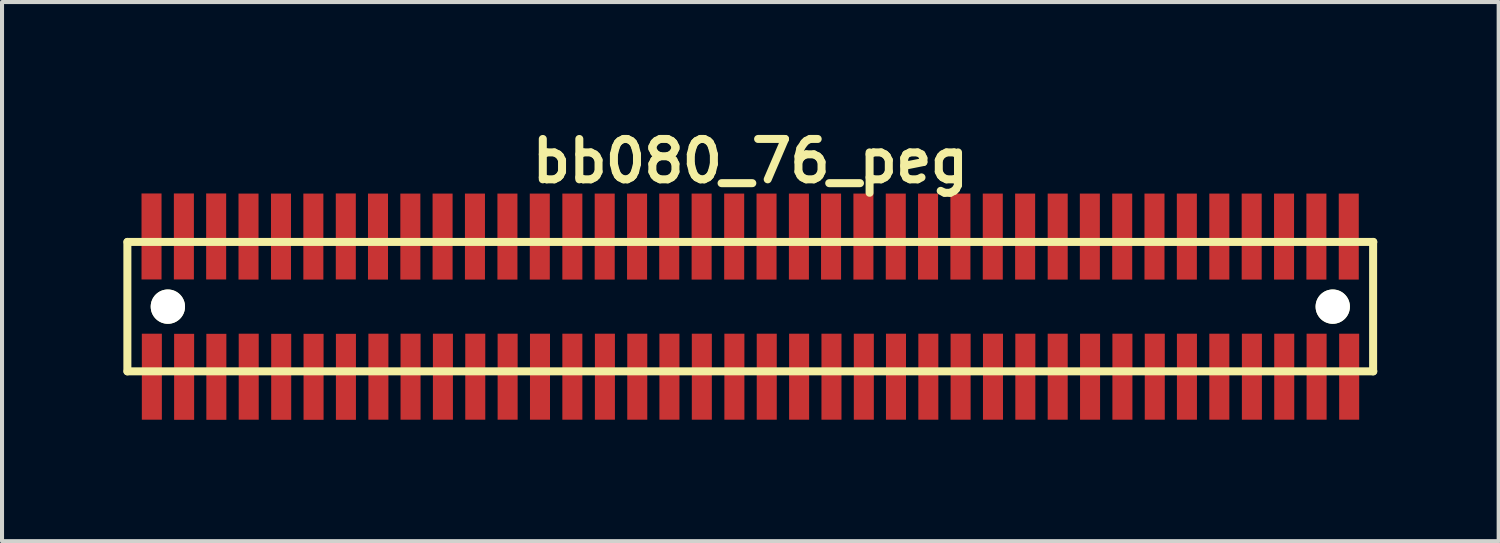
<source format=kicad_pcb>
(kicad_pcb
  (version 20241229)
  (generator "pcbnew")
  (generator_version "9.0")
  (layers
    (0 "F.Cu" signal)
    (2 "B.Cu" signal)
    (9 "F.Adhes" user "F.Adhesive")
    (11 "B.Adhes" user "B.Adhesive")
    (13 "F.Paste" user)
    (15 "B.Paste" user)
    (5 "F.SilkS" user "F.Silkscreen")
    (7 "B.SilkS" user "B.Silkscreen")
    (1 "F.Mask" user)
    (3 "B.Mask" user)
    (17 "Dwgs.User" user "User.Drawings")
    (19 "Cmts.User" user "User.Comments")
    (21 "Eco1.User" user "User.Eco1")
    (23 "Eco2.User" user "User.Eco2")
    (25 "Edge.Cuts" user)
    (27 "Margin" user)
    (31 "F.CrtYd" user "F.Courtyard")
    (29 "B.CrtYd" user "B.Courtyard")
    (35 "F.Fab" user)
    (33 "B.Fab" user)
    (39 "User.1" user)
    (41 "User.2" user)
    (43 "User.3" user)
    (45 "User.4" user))
  (footprint "bb080_76_peg"
    (layer "F.Cu")
    (at 15.502 4.531)
    (property "Reference" "bb080_76_peg" (at 0 -3.599 0) (layer "F.SilkS") (effects (font (size 0.998 0.998) (thickness 0.198))))
    (attr smd)
    (fp_line (start -15.403 -1.6) (end -15.403 1.6) (stroke (width 0.198) (type solid)) (layer "F.SilkS"))
    (fp_line (start -15.4 1.6) (end 15.4 1.6) (stroke (width 0.198) (type solid)) (layer "F.SilkS"))
    (fp_line (start 15.395 1.6) (end 15.395 -1.6) (stroke (width 0.198) (type solid)) (layer "F.SilkS"))
    (fp_line (start 15.4 -1.6) (end -15.4 -1.6) (stroke (width 0.198) (type solid)) (layer "F.SilkS"))
    (pad "" np_thru_hole circle (at -14.402 0) (size 0.848 0.848) (drill 0.848) (layers "*.Cu" "*.Mask" "F.SilkS"))
    (pad "" np_thru_hole circle (at 14.397 0) (size 0.848 0.848) (drill 0.848) (layers "*.Cu" "*.Mask" "F.SilkS"))
    (pad "1" smd rect (at -14.798 1.732) (size 0.495 2.126) (layers "F.Cu" "F.Mask" "F.Paste"))
    (pad "2" smd rect (at -14.806 -1.735) (size 0.495 2.126) (layers "F.Cu" "F.Mask" "F.Paste"))
    (pad "3" smd rect (at -14 1.735) (size 0.495 2.126) (layers "F.Cu" "F.Mask" "F.Paste"))
    (pad "4" smd rect (at -14.006 -1.735) (size 0.495 2.126) (layers "F.Cu" "F.Mask" "F.Paste"))
    (pad "5" smd rect (at -13.203 1.735) (size 0.495 2.126) (layers "F.Cu" "F.Mask" "F.Paste"))
    (pad "6" smd rect (at -13.208 -1.735) (size 0.495 2.126) (layers "F.Cu" "F.Mask" "F.Paste"))
    (pad "7" smd rect (at -12.403 1.732) (size 0.495 2.126) (layers "F.Cu" "F.Mask" "F.Paste"))
    (pad "8" smd rect (at -12.408 -1.732) (size 0.495 2.126) (layers "F.Cu" "F.Mask" "F.Paste"))
    (pad "9" smd rect (at -11.6 1.735) (size 0.495 2.126) (layers "F.Cu" "F.Mask" "F.Paste"))
    (pad "10" smd rect (at -11.605 -1.732) (size 0.495 2.126) (layers "F.Cu" "F.Mask" "F.Paste"))
    (pad "11" smd rect (at -10.8 1.735) (size 0.495 2.126) (layers "F.Cu" "F.Mask" "F.Paste"))
    (pad "12" smd rect (at -10.805 -1.732) (size 0.495 2.126) (layers "F.Cu" "F.Mask" "F.Paste"))
    (pad "13" smd rect (at -10 1.735) (size 0.495 2.126) (layers "F.Cu" "F.Mask" "F.Paste"))
    (pad "14" smd rect (at -10.003 -1.735) (size 0.495 2.126) (layers "F.Cu" "F.Mask" "F.Paste"))
    (pad "15" smd rect (at -9.197 1.732) (size 0.495 2.126) (layers "F.Cu" "F.Mask" "F.Paste"))
    (pad "16" smd rect (at -9.207 -1.732) (size 0.495 2.126) (layers "F.Cu" "F.Mask" "F.Paste"))
    (pad "17" smd rect (at -8.402 1.732) (size 0.495 2.126) (layers "F.Cu" "F.Mask" "F.Paste"))
    (pad "18" smd rect (at -8.407 -1.732) (size 0.495 2.126) (layers "F.Cu" "F.Mask" "F.Paste"))
    (pad "19" smd rect (at -7.602 1.732) (size 0.495 2.126) (layers "F.Cu" "F.Mask" "F.Paste"))
    (pad "20" smd rect (at -7.61 -1.732) (size 0.495 2.126) (layers "F.Cu" "F.Mask" "F.Paste"))
    (pad "21" smd rect (at -6.802 1.732) (size 0.495 2.126) (layers "F.Cu" "F.Mask" "F.Paste"))
    (pad "22" smd rect (at -6.81 -1.732) (size 0.495 2.126) (layers "F.Cu" "F.Mask" "F.Paste"))
    (pad "23" smd rect (at -6.002 1.732) (size 0.495 2.126) (layers "F.Cu" "F.Mask" "F.Paste"))
    (pad "24" smd rect (at -6.007 -1.732) (size 0.495 2.126) (layers "F.Cu" "F.Mask" "F.Paste"))
    (pad "25" smd rect (at -5.202 1.732) (size 0.495 2.126) (layers "F.Cu" "F.Mask" "F.Paste"))
    (pad "26" smd rect (at -5.207 -1.732) (size 0.495 2.126) (layers "F.Cu" "F.Mask" "F.Paste"))
    (pad "27" smd rect (at -4.402 1.732) (size 0.495 2.126) (layers "F.Cu" "F.Mask" "F.Paste"))
    (pad "28" smd rect (at -4.402 -1.732) (size 0.495 2.126) (layers "F.Cu" "F.Mask" "F.Paste"))
    (pad "29" smd rect (at -3.597 1.732) (size 0.495 2.126) (layers "F.Cu" "F.Mask" "F.Paste"))
    (pad "30" smd rect (at -3.602 -1.732) (size 0.495 2.126) (layers "F.Cu" "F.Mask" "F.Paste"))
    (pad "31" smd rect (at -2.797 1.732) (size 0.495 2.126) (layers "F.Cu" "F.Mask" "F.Paste"))
    (pad "32" smd rect (at -2.802 -1.732) (size 0.495 2.126) (layers "F.Cu" "F.Mask" "F.Paste"))
    (pad "33" smd rect (at -2.002 1.732) (size 0.495 2.126) (layers "F.Cu" "F.Mask" "F.Paste"))
    (pad "34" smd rect (at -2.007 -1.732) (size 0.495 2.126) (layers "F.Cu" "F.Mask" "F.Paste"))
    (pad "35" smd rect (at -1.201 1.732) (size 0.495 2.126) (layers "F.Cu" "F.Mask" "F.Paste"))
    (pad "36" smd rect (at -1.206 -1.732) (size 0.495 2.126) (layers "F.Cu" "F.Mask" "F.Paste"))
    (pad "37" smd rect (at -0.396 1.732) (size 0.495 2.126) (layers "F.Cu" "F.Mask" "F.Paste"))
    (pad "38" smd rect (at -0.401 -1.732) (size 0.495 2.126) (layers "F.Cu" "F.Mask" "F.Paste"))
    (pad "39" smd rect (at 0.404 1.732) (size 0.495 2.126) (layers "F.Cu" "F.Mask" "F.Paste"))
    (pad "40" smd rect (at 0.399 -1.732) (size 0.495 2.126) (layers "F.Cu" "F.Mask" "F.Paste"))
    (pad "41" smd rect (at 1.204 1.732) (size 0.495 2.126) (layers "F.Cu" "F.Mask" "F.Paste"))
    (pad "42" smd rect (at 1.199 -1.732) (size 0.495 2.126) (layers "F.Cu" "F.Mask" "F.Paste"))
    (pad "43" smd rect (at 2.004 1.732) (size 0.495 2.126) (layers "F.Cu" "F.Mask" "F.Paste"))
    (pad "44" smd rect (at 1.994 -1.732) (size 0.495 2.126) (layers "F.Cu" "F.Mask" "F.Paste"))
    (pad "45" smd rect (at 2.804 1.732) (size 0.495 2.126) (layers "F.Cu" "F.Mask" "F.Paste"))
    (pad "46" smd rect (at 2.794 -1.732) (size 0.495 2.126) (layers "F.Cu" "F.Mask" "F.Paste"))
    (pad "47" smd rect (at 3.599 1.732) (size 0.495 2.126) (layers "F.Cu" "F.Mask" "F.Paste"))
    (pad "48" smd rect (at 3.594 -1.732) (size 0.495 2.126) (layers "F.Cu" "F.Mask" "F.Paste"))
    (pad "49" smd rect (at 4.399 1.732) (size 0.495 2.126) (layers "F.Cu" "F.Mask" "F.Paste"))
    (pad "50" smd rect (at 4.392 -1.732) (size 0.495 2.126) (layers "F.Cu" "F.Mask" "F.Paste"))
    (pad "51" smd rect (at 5.197 1.732) (size 0.495 2.126) (layers "F.Cu" "F.Mask" "F.Paste"))
    (pad "52" smd rect (at 5.192 -1.732) (size 0.495 2.126) (layers "F.Cu" "F.Mask" "F.Paste"))
    (pad "53" smd rect (at 5.997 1.732) (size 0.495 2.126) (layers "F.Cu" "F.Mask" "F.Paste"))
    (pad "54" smd rect (at 5.992 -1.732) (size 0.495 2.126) (layers "F.Cu" "F.Mask" "F.Paste"))
    (pad "55" smd rect (at 6.797 1.732) (size 0.495 2.126) (layers "F.Cu" "F.Mask" "F.Paste"))
    (pad "56" smd rect (at 6.792 -1.732) (size 0.495 2.126) (layers "F.Cu" "F.Mask" "F.Paste"))
    (pad "57" smd rect (at 7.597 1.732) (size 0.495 2.126) (layers "F.Cu" "F.Mask" "F.Paste"))
    (pad "58" smd rect (at 7.597 -1.732) (size 0.495 2.126) (layers "F.Cu" "F.Mask" "F.Paste"))
    (pad "59" smd rect (at 8.397 1.732) (size 0.495 2.126) (layers "F.Cu" "F.Mask" "F.Paste"))
    (pad "60" smd rect (at 8.392 -1.732) (size 0.495 2.126) (layers "F.Cu" "F.Mask" "F.Paste"))
    (pad "61" smd rect (at 9.197 1.732) (size 0.495 2.126) (layers "F.Cu" "F.Mask" "F.Paste"))
    (pad "62" smd rect (at 9.192 -1.732) (size 0.495 2.126) (layers "F.Cu" "F.Mask" "F.Paste"))
    (pad "63" smd rect (at 9.997 1.732) (size 0.495 2.126) (layers "F.Cu" "F.Mask" "F.Paste"))
    (pad "64" smd rect (at 9.99 -1.732) (size 0.495 2.126) (layers "F.Cu" "F.Mask" "F.Paste"))
    (pad "65" smd rect (at 10.792 1.732) (size 0.495 2.126) (layers "F.Cu" "F.Mask" "F.Paste"))
    (pad "66" smd rect (at 10.79 -1.732) (size 0.495 2.126) (layers "F.Cu" "F.Mask" "F.Paste"))
    (pad "67" smd rect (at 11.593 1.732) (size 0.495 2.126) (layers "F.Cu" "F.Mask" "F.Paste"))
    (pad "68" smd rect (at 11.593 -1.732) (size 0.495 2.126) (layers "F.Cu" "F.Mask" "F.Paste"))
    (pad "69" smd rect (at 12.398 1.732) (size 0.495 2.126) (layers "F.Cu" "F.Mask" "F.Paste"))
    (pad "70" smd rect (at 12.393 -1.732) (size 0.495 2.126) (layers "F.Cu" "F.Mask" "F.Paste"))
    (pad "71" smd rect (at 13.198 1.732) (size 0.495 2.126) (layers "F.Cu" "F.Mask" "F.Paste"))
    (pad "72" smd rect (at 13.193 -1.732) (size 0.495 2.126) (layers "F.Cu" "F.Mask" "F.Paste"))
    (pad "73" smd rect (at 13.998 1.732) (size 0.495 2.126) (layers "F.Cu" "F.Mask" "F.Paste"))
    (pad "74" smd rect (at 13.993 -1.732) (size 0.495 2.126) (layers "F.Cu" "F.Mask" "F.Paste"))
    (pad "75" smd rect (at 14.803 1.732) (size 0.495 2.126) (layers "F.Cu" "F.Mask" "F.Paste"))
    (pad "76" smd rect (at 14.793 -1.732) (size 0.495 2.126) (layers "F.Cu" "F.Mask" "F.Paste")))
  (gr_rect
    (start -3 -3)
    (end 34.001 10.329)
    (stroke (width 0.1) (type default))
    (fill no)
    (layer "Edge.Cuts")))
</source>
